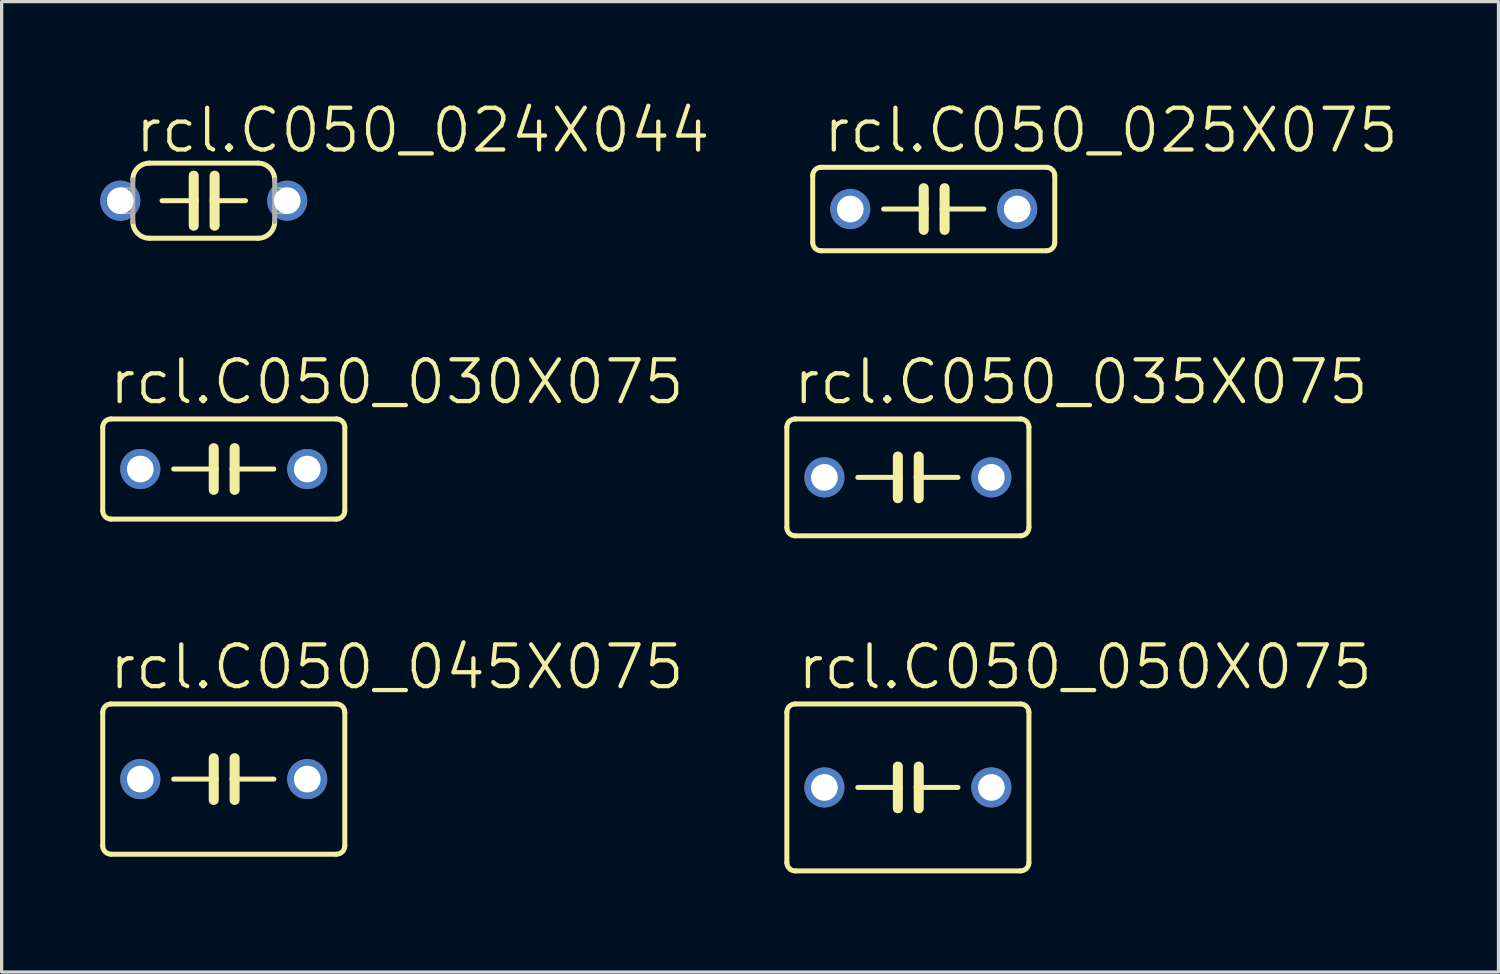
<source format=kicad_pcb>
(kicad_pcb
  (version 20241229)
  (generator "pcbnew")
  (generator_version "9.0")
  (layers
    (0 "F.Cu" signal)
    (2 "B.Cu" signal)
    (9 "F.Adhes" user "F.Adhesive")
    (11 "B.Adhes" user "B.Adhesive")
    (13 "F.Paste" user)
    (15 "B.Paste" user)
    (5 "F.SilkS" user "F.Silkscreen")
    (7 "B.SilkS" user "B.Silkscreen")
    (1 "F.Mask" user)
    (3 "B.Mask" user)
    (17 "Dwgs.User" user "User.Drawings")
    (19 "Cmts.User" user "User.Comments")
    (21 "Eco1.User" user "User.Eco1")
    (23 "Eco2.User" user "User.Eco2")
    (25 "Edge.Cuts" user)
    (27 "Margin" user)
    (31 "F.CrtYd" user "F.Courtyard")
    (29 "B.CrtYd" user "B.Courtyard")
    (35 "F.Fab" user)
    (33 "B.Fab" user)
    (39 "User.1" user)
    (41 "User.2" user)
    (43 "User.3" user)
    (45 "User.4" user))
  (footprint "rcl.C050_025X075"
    (layer "F.Cu")
    (at 25.363 3.311)
    (property "Reference" "rcl.C050_025X075" (at -3.429 -1.651 0) (layer "F.SilkS") (effects (font (size 1.27 1.27) (thickness 0.13)) (justify left bottom)))
    (attr through_hole)
    (fp_line (start -3.683 -1.016) (end -3.683 1.016) (stroke (width 0.152) (type default)) (layer "F.SilkS"))
    (fp_line (start -3.429 1.27) (end 3.429 1.27) (stroke (width 0.152) (type default)) (layer "F.SilkS"))
    (fp_line (start -0.305 -0.635) (end -0.305 0) (stroke (width 0.305) (type default)) (layer "F.SilkS"))
    (fp_line (start -0.305 0) (end -1.524 0) (stroke (width 0.152) (type default)) (layer "F.SilkS"))
    (fp_line (start -0.305 0) (end -0.305 0.635) (stroke (width 0.305) (type default)) (layer "F.SilkS"))
    (fp_line (start 0.33 -0.635) (end 0.33 0) (stroke (width 0.305) (type default)) (layer "F.SilkS"))
    (fp_line (start 0.33 0) (end 0.33 0.635) (stroke (width 0.305) (type default)) (layer "F.SilkS"))
    (fp_line (start 0.33 0) (end 1.524 0) (stroke (width 0.152) (type default)) (layer "F.SilkS"))
    (fp_line (start 3.429 -1.27) (end -3.429 -1.27) (stroke (width 0.152) (type default)) (layer "F.SilkS"))
    (fp_line (start 3.683 1.016) (end 3.683 -1.016) (stroke (width 0.152) (type default)) (layer "F.SilkS"))
    (fp_arc (start -3.683 -1.016) (mid -3.608605 -1.195605) (end -3.429 -1.27) (stroke (width 0.1524) (type default)) (layer "F.SilkS"))
    (fp_arc (start -3.429 1.27) (mid -3.608605 1.195605) (end -3.683 1.016) (stroke (width 0.1524) (type default)) (layer "F.SilkS"))
    (fp_arc (start 3.429 -1.27) (mid 3.608605 -1.195605) (end 3.683 -1.016) (stroke (width 0.1524) (type default)) (layer "F.SilkS"))
    (fp_arc (start 3.683 1.016) (mid 3.608605 1.195605) (end 3.429 1.27) (stroke (width 0.1524) (type default)) (layer "F.SilkS"))
    (pad "1" thru_hole circle (at -2.54 0) (size 1.219 1.219) (drill 0.813) (layers "*.Cu" "*.Mask"))
    (pad "2" thru_hole circle (at 2.54 0) (size 1.219 1.219) (drill 0.813) (layers "*.Cu" "*.Mask")))
  (footprint "rcl.C050_024X044"
    (layer "F.Cu")
    (at 3.15 3.057)
    (property "Reference" "rcl.C050_024X044" (at -2.159 -1.397 0) (layer "F.SilkS") (effects (font (size 1.27 1.27) (thickness 0.13)) (justify left bottom)))
    (attr through_hole)
    (fp_line (start -1.27 0) (end -0.305 0) (stroke (width 0.152) (type default)) (layer "F.SilkS"))
    (fp_line (start -0.305 -0.762) (end -0.305 0) (stroke (width 0.305) (type default)) (layer "F.SilkS"))
    (fp_line (start -0.305 0) (end -0.305 0.762) (stroke (width 0.305) (type default)) (layer "F.SilkS"))
    (fp_line (start 0.33 -0.762) (end 0.33 0) (stroke (width 0.305) (type default)) (layer "F.SilkS"))
    (fp_line (start 0.33 0) (end 0.33 0.762) (stroke (width 0.305) (type default)) (layer "F.SilkS"))
    (fp_line (start 1.27 0) (end 0.33 0) (stroke (width 0.152) (type default)) (layer "F.SilkS"))
    (fp_line (start 1.651 -1.143) (end -1.651 -1.143) (stroke (width 0.152) (type default)) (layer "F.SilkS"))
    (fp_line (start 1.651 1.143) (end -1.651 1.143) (stroke (width 0.152) (type default)) (layer "F.SilkS"))
    (fp_arc (start -2.159 -0.635) (mid -2.01021 -0.99421) (end -1.651 -1.143) (stroke (width 0.1524) (type default)) (layer "F.SilkS"))
    (fp_arc (start -1.651 1.143) (mid -2.01021 0.99421) (end -2.159 0.635) (stroke (width 0.1524) (type default)) (layer "F.SilkS"))
    (fp_arc (start 1.651 -1.143) (mid 2.01021 -0.99421) (end 2.159 -0.635) (stroke (width 0.1524) (type default)) (layer "F.SilkS"))
    (fp_arc (start 2.159 0.635) (mid 2.01021 0.99421) (end 1.651 1.143) (stroke (width 0.1524) (type default)) (layer "F.SilkS"))
    (fp_line (start -2.159 0.635) (end -2.159 -0.635) (stroke (width 0.152) (type default)) (layer "F.Fab"))
    (fp_line (start 2.159 0.635) (end 2.159 -0.635) (stroke (width 0.152) (type default)) (layer "F.Fab"))
    (fp_rect (start -2.54 0.381) (end -2.159 -0.381) (stroke (width 0.05) (type default)) (fill no) (layer "F.Fab"))
    (fp_rect (start 2.159 0.381) (end 2.54 -0.381) (stroke (width 0.05) (type default)) (fill no) (layer "F.Fab"))
    (pad "1" thru_hole circle (at -2.54 0) (size 1.219 1.219) (drill 0.813) (layers "*.Cu" "*.Mask"))
    (pad "2" thru_hole circle (at 2.54 0) (size 1.219 1.219) (drill 0.813) (layers "*.Cu" "*.Mask")))
  (footprint "rcl.C050_050X075"
    (layer "F.Cu")
    (at 24.576 20.911)
    (property "Reference" "rcl.C050_050X075" (at -3.429 -2.921 0) (layer "F.SilkS") (effects (font (size 1.27 1.27) (thickness 0.13)) (justify left bottom)))
    (attr through_hole)
    (fp_line (start -3.683 -2.286) (end -3.683 2.286) (stroke (width 0.152) (type default)) (layer "F.SilkS"))
    (fp_line (start -3.429 2.54) (end 3.429 2.54) (stroke (width 0.152) (type default)) (layer "F.SilkS"))
    (fp_line (start -0.305 -0.635) (end -0.305 0) (stroke (width 0.305) (type default)) (layer "F.SilkS"))
    (fp_line (start -0.305 0) (end -1.524 0) (stroke (width 0.152) (type default)) (layer "F.SilkS"))
    (fp_line (start -0.305 0) (end -0.305 0.635) (stroke (width 0.305) (type default)) (layer "F.SilkS"))
    (fp_line (start 0.33 -0.635) (end 0.33 0) (stroke (width 0.305) (type default)) (layer "F.SilkS"))
    (fp_line (start 0.33 0) (end 0.33 0.635) (stroke (width 0.305) (type default)) (layer "F.SilkS"))
    (fp_line (start 0.33 0) (end 1.524 0) (stroke (width 0.152) (type default)) (layer "F.SilkS"))
    (fp_line (start 3.429 -2.54) (end -3.429 -2.54) (stroke (width 0.152) (type default)) (layer "F.SilkS"))
    (fp_line (start 3.683 2.286) (end 3.683 -2.286) (stroke (width 0.152) (type default)) (layer "F.SilkS"))
    (fp_arc (start -3.683 -2.286) (mid -3.608605 -2.465605) (end -3.429 -2.54) (stroke (width 0.1524) (type default)) (layer "F.SilkS"))
    (fp_arc (start -3.429 2.54) (mid -3.608605 2.465605) (end -3.683 2.286) (stroke (width 0.1524) (type default)) (layer "F.SilkS"))
    (fp_arc (start 3.429 -2.54) (mid 3.608605 -2.465605) (end 3.683 -2.286) (stroke (width 0.1524) (type default)) (layer "F.SilkS"))
    (fp_arc (start 3.683 2.286) (mid 3.608605 2.465605) (end 3.429 2.54) (stroke (width 0.1524) (type default)) (layer "F.SilkS"))
    (pad "1" thru_hole circle (at -2.54 0) (size 1.219 1.219) (drill 0.813) (layers "*.Cu" "*.Mask"))
    (pad "2" thru_hole circle (at 2.54 0) (size 1.219 1.219) (drill 0.813) (layers "*.Cu" "*.Mask")))
  (footprint "rcl.C050_030X075"
    (layer "F.Cu")
    (at 3.759 11.222)
    (property "Reference" "rcl.C050_030X075" (at -3.556 -1.905 0) (layer "F.SilkS") (effects (font (size 1.27 1.27) (thickness 0.13)) (justify left bottom)))
    (attr through_hole)
    (fp_line (start -3.683 -1.27) (end -3.683 1.27) (stroke (width 0.152) (type default)) (layer "F.SilkS"))
    (fp_line (start -3.429 1.524) (end 3.429 1.524) (stroke (width 0.152) (type default)) (layer "F.SilkS"))
    (fp_line (start -0.305 -0.635) (end -0.305 0) (stroke (width 0.305) (type default)) (layer "F.SilkS"))
    (fp_line (start -0.305 0) (end -1.524 0) (stroke (width 0.152) (type default)) (layer "F.SilkS"))
    (fp_line (start -0.305 0) (end -0.305 0.635) (stroke (width 0.305) (type default)) (layer "F.SilkS"))
    (fp_line (start 0.33 -0.635) (end 0.33 0) (stroke (width 0.305) (type default)) (layer "F.SilkS"))
    (fp_line (start 0.33 0) (end 0.33 0.635) (stroke (width 0.305) (type default)) (layer "F.SilkS"))
    (fp_line (start 0.33 0) (end 1.524 0) (stroke (width 0.152) (type default)) (layer "F.SilkS"))
    (fp_line (start 3.429 -1.524) (end -3.429 -1.524) (stroke (width 0.152) (type default)) (layer "F.SilkS"))
    (fp_line (start 3.683 1.27) (end 3.683 -1.27) (stroke (width 0.152) (type default)) (layer "F.SilkS"))
    (fp_arc (start -3.683 -1.27) (mid -3.608605 -1.449605) (end -3.429 -1.524) (stroke (width 0.1524) (type default)) (layer "F.SilkS"))
    (fp_arc (start -3.429 1.524) (mid -3.608605 1.449605) (end -3.683 1.27) (stroke (width 0.1524) (type default)) (layer "F.SilkS"))
    (fp_arc (start 3.429 -1.524) (mid 3.608605 -1.449605) (end 3.683 -1.27) (stroke (width 0.1524) (type default)) (layer "F.SilkS"))
    (fp_arc (start 3.683 1.27) (mid 3.608605 1.449605) (end 3.429 1.524) (stroke (width 0.1524) (type default)) (layer "F.SilkS"))
    (pad "1" thru_hole circle (at -2.54 0) (size 1.219 1.219) (drill 0.813) (layers "*.Cu" "*.Mask"))
    (pad "2" thru_hole circle (at 2.54 0) (size 1.219 1.219) (drill 0.813) (layers "*.Cu" "*.Mask")))
  (footprint "rcl.C050_035X075"
    (layer "F.Cu")
    (at 24.576 11.476)
    (property "Reference" "rcl.C050_035X075" (at -3.556 -2.159 0) (layer "F.SilkS") (effects (font (size 1.27 1.27) (thickness 0.13)) (justify left bottom)))
    (attr through_hole)
    (fp_line (start -3.683 -1.524) (end -3.683 1.524) (stroke (width 0.152) (type default)) (layer "F.SilkS"))
    (fp_line (start -3.429 1.778) (end 3.429 1.778) (stroke (width 0.152) (type default)) (layer "F.SilkS"))
    (fp_line (start -0.305 -0.635) (end -0.305 0) (stroke (width 0.305) (type default)) (layer "F.SilkS"))
    (fp_line (start -0.305 0) (end -1.524 0) (stroke (width 0.152) (type default)) (layer "F.SilkS"))
    (fp_line (start -0.305 0) (end -0.305 0.635) (stroke (width 0.305) (type default)) (layer "F.SilkS"))
    (fp_line (start 0.33 -0.635) (end 0.33 0) (stroke (width 0.305) (type default)) (layer "F.SilkS"))
    (fp_line (start 0.33 0) (end 0.33 0.635) (stroke (width 0.305) (type default)) (layer "F.SilkS"))
    (fp_line (start 0.33 0) (end 1.524 0) (stroke (width 0.152) (type default)) (layer "F.SilkS"))
    (fp_line (start 3.429 -1.778) (end -3.429 -1.778) (stroke (width 0.152) (type default)) (layer "F.SilkS"))
    (fp_line (start 3.683 1.524) (end 3.683 -1.524) (stroke (width 0.152) (type default)) (layer "F.SilkS"))
    (fp_arc (start -3.683 -1.524) (mid -3.608605 -1.703605) (end -3.429 -1.778) (stroke (width 0.1524) (type default)) (layer "F.SilkS"))
    (fp_arc (start -3.429 1.778) (mid -3.608605 1.703605) (end -3.683 1.524) (stroke (width 0.1524) (type default)) (layer "F.SilkS"))
    (fp_arc (start 3.429 -1.778) (mid 3.608605 -1.703605) (end 3.683 -1.524) (stroke (width 0.1524) (type default)) (layer "F.SilkS"))
    (fp_arc (start 3.683 1.524) (mid 3.608605 1.703605) (end 3.429 1.778) (stroke (width 0.1524) (type default)) (layer "F.SilkS"))
    (pad "1" thru_hole circle (at -2.54 0) (size 1.219 1.219) (drill 0.813) (layers "*.Cu" "*.Mask"))
    (pad "2" thru_hole circle (at 2.54 0) (size 1.219 1.219) (drill 0.813) (layers "*.Cu" "*.Mask")))
  (footprint "rcl.C050_045X075"
    (layer "F.Cu")
    (at 3.759 20.657)
    (property "Reference" "rcl.C050_045X075" (at -3.556 -2.667 0) (layer "F.SilkS") (effects (font (size 1.27 1.27) (thickness 0.13)) (justify left bottom)))
    (attr through_hole)
    (fp_line (start -3.683 -2.032) (end -3.683 2.032) (stroke (width 0.152) (type default)) (layer "F.SilkS"))
    (fp_line (start -3.429 2.286) (end 3.429 2.286) (stroke (width 0.152) (type default)) (layer "F.SilkS"))
    (fp_line (start -0.305 -0.635) (end -0.305 0) (stroke (width 0.305) (type default)) (layer "F.SilkS"))
    (fp_line (start -0.305 0) (end -1.524 0) (stroke (width 0.152) (type default)) (layer "F.SilkS"))
    (fp_line (start -0.305 0) (end -0.305 0.635) (stroke (width 0.305) (type default)) (layer "F.SilkS"))
    (fp_line (start 0.33 -0.635) (end 0.33 0) (stroke (width 0.305) (type default)) (layer "F.SilkS"))
    (fp_line (start 0.33 0) (end 0.33 0.635) (stroke (width 0.305) (type default)) (layer "F.SilkS"))
    (fp_line (start 0.33 0) (end 1.524 0) (stroke (width 0.152) (type default)) (layer "F.SilkS"))
    (fp_line (start 3.429 -2.286) (end -3.429 -2.286) (stroke (width 0.152) (type default)) (layer "F.SilkS"))
    (fp_line (start 3.683 2.032) (end 3.683 -2.032) (stroke (width 0.152) (type default)) (layer "F.SilkS"))
    (fp_arc (start -3.683 -2.032) (mid -3.608605 -2.211605) (end -3.429 -2.286) (stroke (width 0.1524) (type default)) (layer "F.SilkS"))
    (fp_arc (start -3.429 2.286) (mid -3.608605 2.211605) (end -3.683 2.032) (stroke (width 0.1524) (type default)) (layer "F.SilkS"))
    (fp_arc (start 3.429 -2.286) (mid 3.608605 -2.211605) (end 3.683 -2.032) (stroke (width 0.1524) (type default)) (layer "F.SilkS"))
    (fp_arc (start 3.683 2.032) (mid 3.608605 2.211605) (end 3.429 2.286) (stroke (width 0.1524) (type default)) (layer "F.SilkS"))
    (pad "1" thru_hole circle (at -2.54 0) (size 1.219 1.219) (drill 0.813) (layers "*.Cu" "*.Mask"))
    (pad "2" thru_hole circle (at 2.54 0) (size 1.219 1.219) (drill 0.813) (layers "*.Cu" "*.Mask")))
  (gr_rect
    (start -3 -3)
    (end 42.548 26.528)
    (stroke (width 0.1) (type default))
    (fill no)
    (layer "Edge.Cuts")))
</source>
